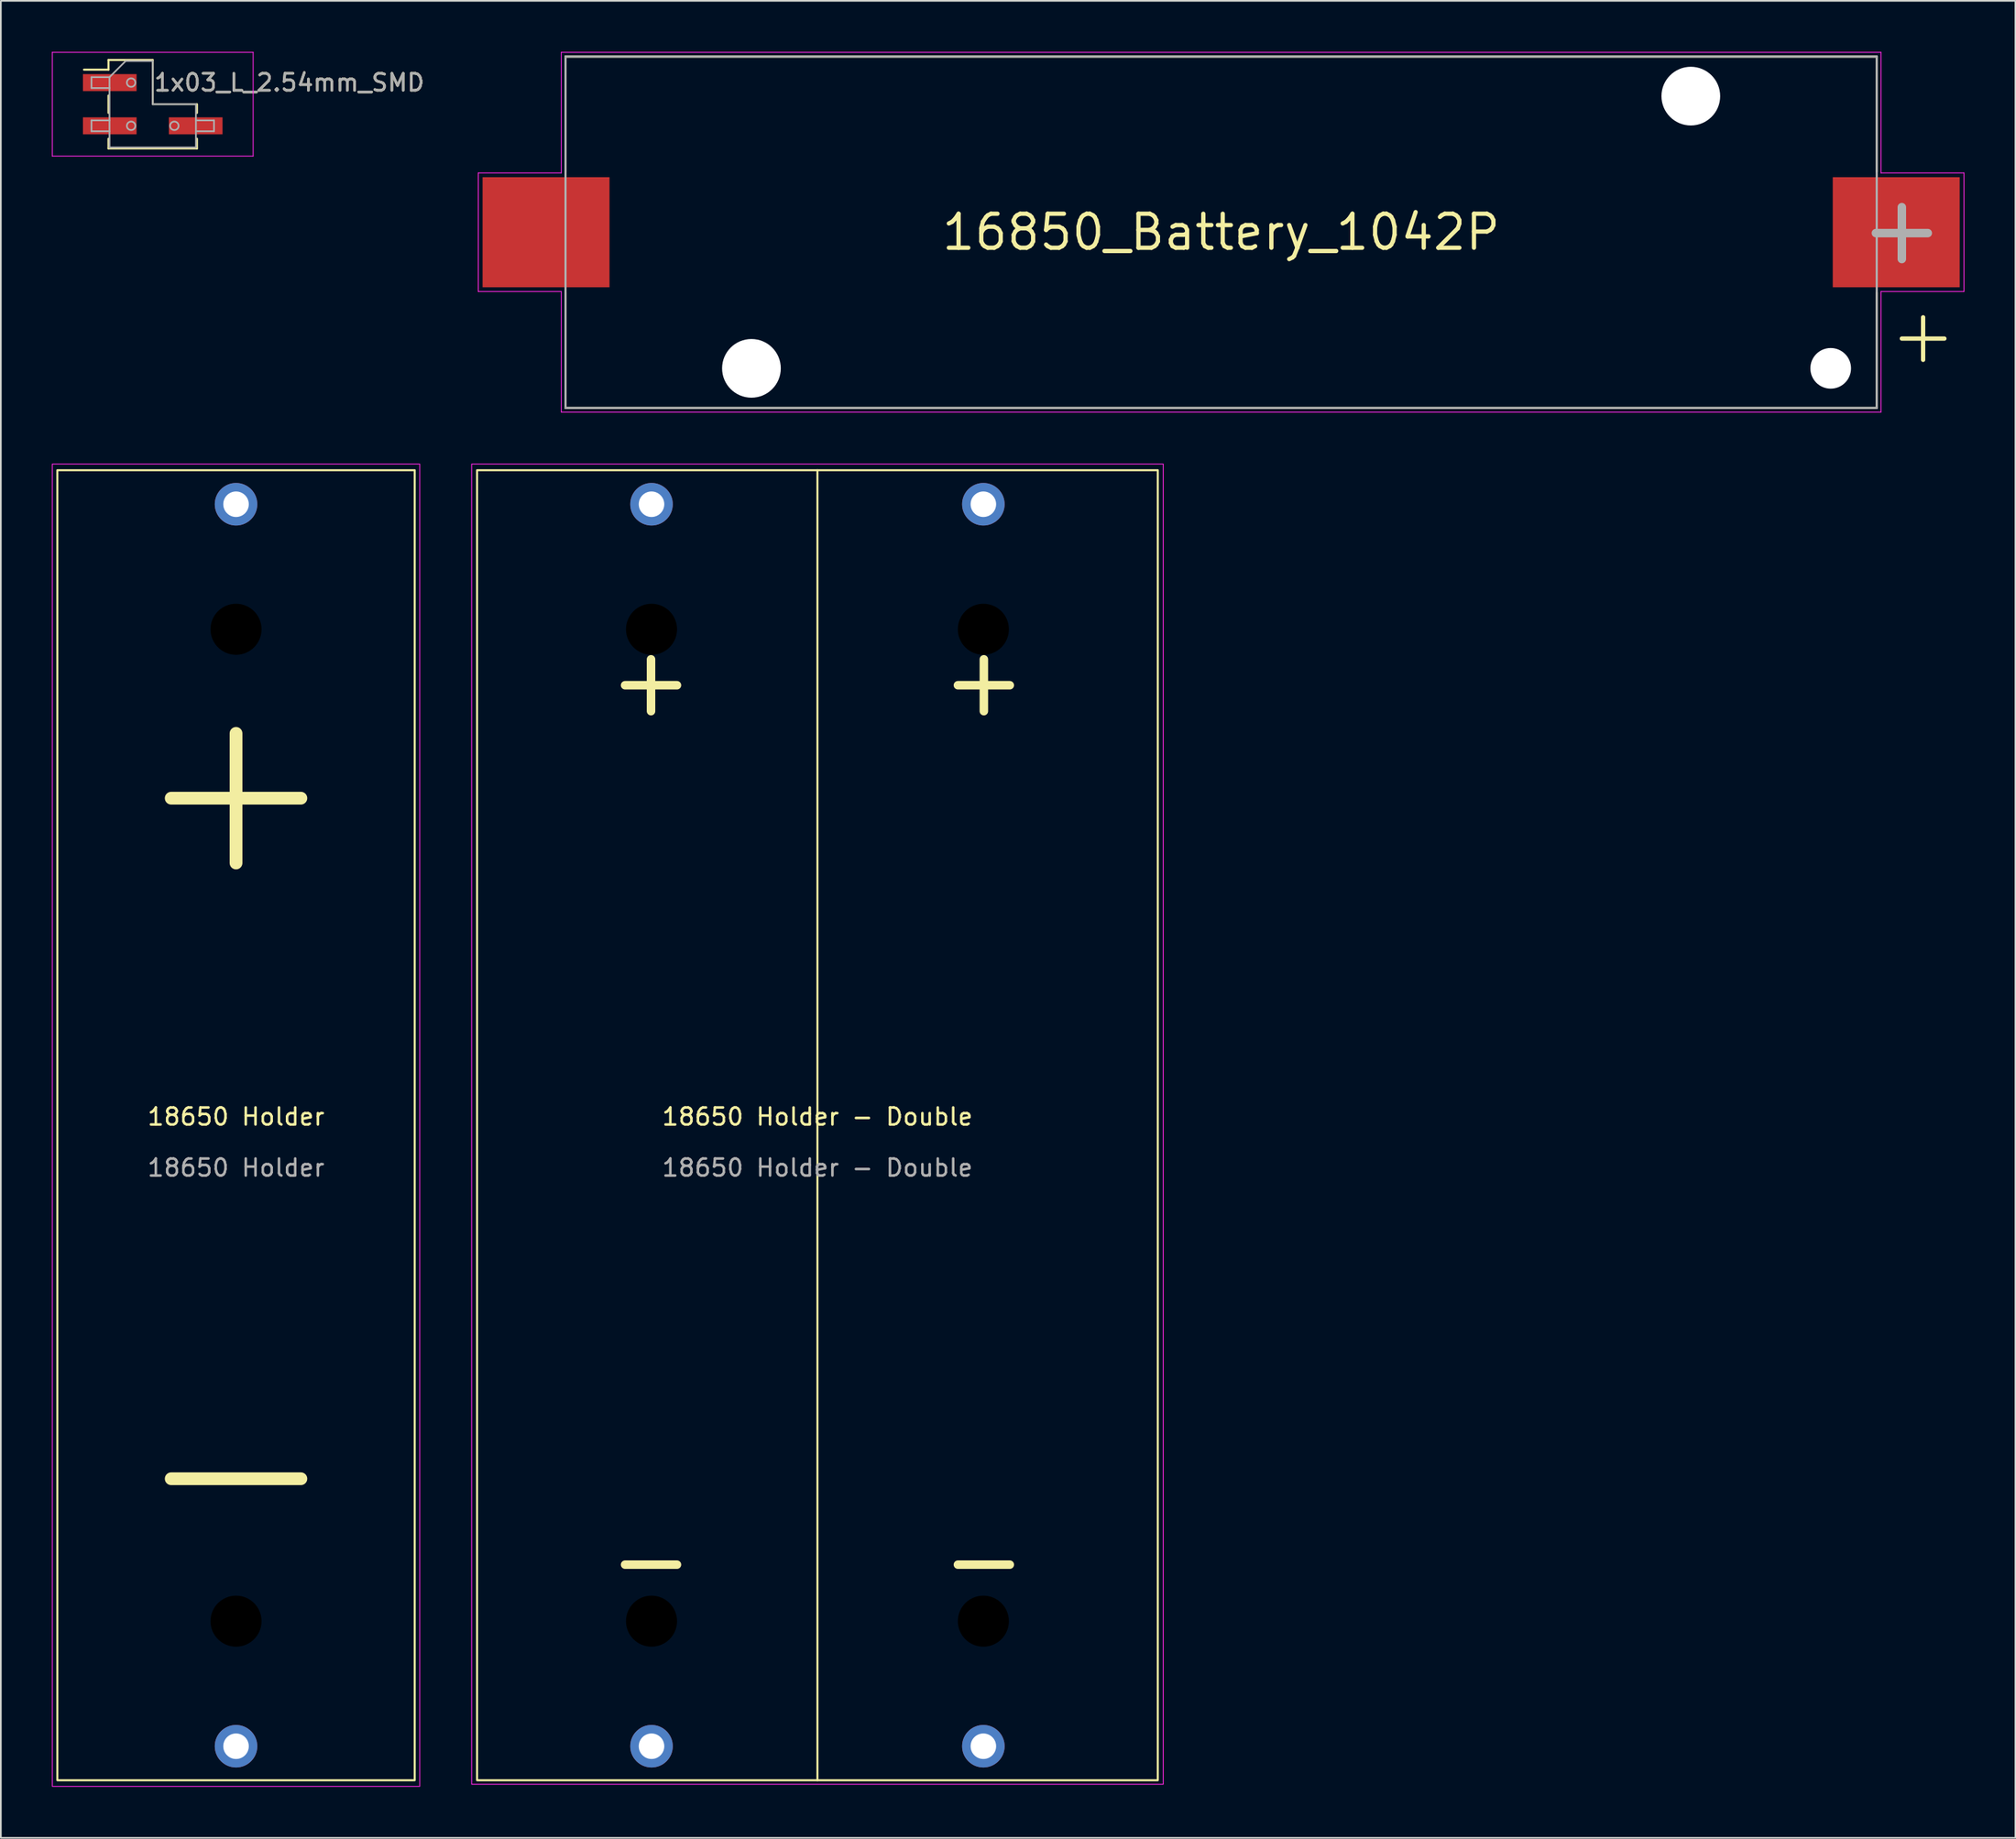
<source format=kicad_pcb>
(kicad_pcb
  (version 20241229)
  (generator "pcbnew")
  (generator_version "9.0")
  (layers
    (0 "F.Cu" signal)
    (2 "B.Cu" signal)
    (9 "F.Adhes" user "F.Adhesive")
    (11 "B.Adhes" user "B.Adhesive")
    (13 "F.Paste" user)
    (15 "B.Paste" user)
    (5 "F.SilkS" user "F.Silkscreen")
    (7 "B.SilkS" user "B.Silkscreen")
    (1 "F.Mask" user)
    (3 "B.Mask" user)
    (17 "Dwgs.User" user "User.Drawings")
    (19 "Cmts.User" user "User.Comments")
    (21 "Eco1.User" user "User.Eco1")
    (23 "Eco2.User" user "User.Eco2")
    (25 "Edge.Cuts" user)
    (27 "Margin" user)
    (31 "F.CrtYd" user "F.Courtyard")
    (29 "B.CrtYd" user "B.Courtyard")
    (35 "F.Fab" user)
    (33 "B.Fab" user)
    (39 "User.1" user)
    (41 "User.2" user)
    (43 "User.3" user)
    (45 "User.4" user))
  (footprint "16850_Battery_1042P"
    (layer "F.Cu")
    (at 68.707 10.6)
    (property "Reference" "16850_Battery_1042P" (at 0 0 0) (layer "F.SilkS") (effects (font (size 2 2) (thickness 0.25))))
    (attr through_hole)
    (fp_line (start -38.525 -10.325) (end 38.525 -10.325) (stroke (width 0.127) (type solid)) (layer "F.SilkS"))
    (fp_line (start -38.525 -3.55) (end -38.525 -10.325) (stroke (width 0.127) (type solid)) (layer "F.SilkS"))
    (fp_line (start -38.525 10.325) (end -38.525 3.55) (stroke (width 0.127) (type solid)) (layer "F.SilkS"))
    (fp_line (start 38.525 -10.325) (end 38.525 -3.55) (stroke (width 0.127) (type solid)) (layer "F.SilkS"))
    (fp_line (start 38.525 3.55) (end 38.525 10.325) (stroke (width 0.127) (type solid)) (layer "F.SilkS"))
    (fp_line (start 38.525 10.325) (end -38.525 10.325) (stroke (width 0.127) (type solid)) (layer "F.SilkS"))
    (fp_line (start 40 6.25) (end 42.5 6.25) (stroke (width 0.254) (type solid)) (layer "F.SilkS"))
    (fp_line (start 41.25 5) (end 41.25 7.5) (stroke (width 0.254) (type solid)) (layer "F.SilkS"))
    (fp_line (start -43.65 -3.485) (end -38.775 -3.485) (stroke (width 0.05) (type solid)) (layer "F.CrtYd"))
    (fp_line (start -43.65 3.485) (end -43.65 -3.485) (stroke (width 0.05) (type solid)) (layer "F.CrtYd"))
    (fp_line (start -38.775 -10.575) (end 38.775 -10.575) (stroke (width 0.05) (type solid)) (layer "F.CrtYd"))
    (fp_line (start -38.775 -3.485) (end -38.775 -10.575) (stroke (width 0.05) (type solid)) (layer "F.CrtYd"))
    (fp_line (start -38.775 3.485) (end -43.65 3.485) (stroke (width 0.05) (type solid)) (layer "F.CrtYd"))
    (fp_line (start -38.775 10.575) (end -38.775 3.485) (stroke (width 0.05) (type solid)) (layer "F.CrtYd"))
    (fp_line (start 38.775 -10.575) (end 38.775 -3.485) (stroke (width 0.05) (type solid)) (layer "F.CrtYd"))
    (fp_line (start 38.775 -3.485) (end 43.65 -3.485) (stroke (width 0.05) (type solid)) (layer "F.CrtYd"))
    (fp_line (start 38.775 3.485) (end 38.775 10.575) (stroke (width 0.05) (type solid)) (layer "F.CrtYd"))
    (fp_line (start 38.775 10.575) (end -38.775 10.575) (stroke (width 0.05) (type solid)) (layer "F.CrtYd"))
    (fp_line (start 43.65 -3.485) (end 43.65 3.485) (stroke (width 0.05) (type solid)) (layer "F.CrtYd"))
    (fp_line (start 43.65 3.485) (end 38.775 3.485) (stroke (width 0.05) (type solid)) (layer "F.CrtYd"))
    (fp_line (start -38.525 -10.325) (end 38.525 -10.325) (stroke (width 0.127) (type solid)) (layer "F.Fab"))
    (fp_line (start -38.525 10.325) (end -38.525 -10.325) (stroke (width 0.127) (type solid)) (layer "F.Fab"))
    (fp_line (start 38.525 -10.325) (end 38.525 10.325) (stroke (width 0.127) (type solid)) (layer "F.Fab"))
    (fp_line (start 38.525 10.325) (end -38.525 10.325) (stroke (width 0.127) (type solid)) (layer "F.Fab"))
    (fp_text user "+" (at 40 -0.25 0) (unlocked yes) (layer "F.Fab") (effects (font (size 4 4) (thickness 0.5) (bold yes))))
    (pad "" np_thru_hole circle (at -27.6 8) (size 3.45 3.45) (drill 3.45) (layers "*.Cu" "*.Mask"))
    (pad "" np_thru_hole circle (at 27.6 -8) (size 3.45 3.45) (drill 3.45) (layers "*.Cu" "*.Mask"))
    (pad "" np_thru_hole circle (at 35.82 8) (size 2.39 2.39) (drill 2.39) (layers "*.Cu" "*.Mask"))
    (pad "1" smd rect (at 39.67 0) (size 7.46 6.47) (layers "F.Cu" "F.Mask" "F.Paste"))
    (pad "2" smd rect (at -39.67 0) (size 7.46 6.47) (layers "F.Cu" "F.Mask" "F.Paste")))
  (footprint "18650 Holder"
    (layer "F.Cu")
    (at 10.82 63.087)
    (property "Reference" "18650 Holder" (at 0 -0.5 0) (unlocked yes) (layer "F.SilkS") (effects (font (size 1 1) (thickness 0.15))))
    (attr through_hole)
    (fp_rect (start -10.5 -38.5) (end 10.5 38.5) (stroke (width 0.12) (type solid)) (fill no) (layer "F.SilkS"))
    (fp_rect (start -10.795 -38.862) (end 10.795 38.862) (stroke (width 0.05) (type solid)) (fill no) (layer "F.CrtYd"))
    (fp_text user "+" (at 0 -20 0) (unlocked yes) (layer "F.SilkS") (effects (font (size 10 10) (thickness 0.75))))
    (fp_text user "-" (at 0 20 0) (unlocked yes) (layer "F.SilkS") (effects (font (size 10 10) (thickness 0.75))))
    (fp_text user "${REFERENCE}" (at 0 2.5 0) (unlocked yes) (layer "F.Fab") (effects (font (size 1 1) (thickness 0.15))))
    (pad "" np_thru_hole circle (at 0 -29.15) (size 3 3) (drill 3) (layers "*.Mask"))
    (pad "" np_thru_hole circle (at 0 29.15) (size 3 3) (drill 3) (layers "*.Mask"))
    (pad "1" thru_hole circle (at 0 -36.5) (size 2.5 2.5) (drill 1.5) (layers "*.Cu" "*.Mask"))
    (pad "2" thru_hole circle (at 0 36.5) (size 2.5 2.5) (drill 1.5) (layers "*.Cu" "*.Mask")))
  (footprint "18650 Holder - Double"
    (layer "F.Cu")
    (at 44.985 63.087)
    (property "Reference" "18650 Holder - Double" (at 0 -0.5 0) (unlocked yes) (layer "F.SilkS") (effects (font (size 1 1) (thickness 0.15))))
    (attr through_hole)
    (fp_line (start 0 -38.5) (end 0 38.5) (stroke (width 0.12) (type solid)) (layer "F.SilkS"))
    (fp_rect (start -20 -38.5) (end 20 38.5) (stroke (width 0.12) (type solid)) (fill no) (layer "F.SilkS"))
    (fp_rect (start -20.32 -38.862) (end 20.32 38.735) (stroke (width 0.05) (type solid)) (fill no) (layer "F.CrtYd"))
    (fp_text user "-" (at -9.779 25.527 0) (unlocked yes) (layer "F.SilkS") (effects (font (size 4 4) (thickness 0.5))))
    (fp_text user "+" (at -9.779 -26.162 0) (unlocked yes) (layer "F.SilkS") (effects (font (size 4 4) (thickness 0.5))))
    (fp_text user "+" (at 9.779 -26.162 0) (unlocked yes) (layer "F.SilkS") (effects (font (size 4 4) (thickness 0.5))))
    (fp_text user "-" (at 9.779 25.527 0) (unlocked yes) (layer "F.SilkS") (effects (font (size 4 4) (thickness 0.5))))
    (fp_text user "${REFERENCE}" (at 0 2.5 0) (unlocked yes) (layer "F.Fab") (effects (font (size 1 1) (thickness 0.15))))
    (pad "" np_thru_hole circle (at -9.75 -29.15) (size 3 3) (drill 3) (layers "*.Mask"))
    (pad "" np_thru_hole circle (at -9.75 29.15) (size 3 3) (drill 3) (layers "*.Mask"))
    (pad "" np_thru_hole circle (at 9.75 -29.15) (size 3 3) (drill 3) (layers "*.Mask"))
    (pad "" np_thru_hole circle (at 9.75 29.15) (size 3 3) (drill 3) (layers "*.Mask"))
    (pad "1" thru_hole circle (at -9.75 -36.5) (size 2.5 2.5) (drill 1.5) (layers "*.Cu" "*.Mask"))
    (pad "2" thru_hole circle (at -9.75 36.5) (size 2.5 2.5) (drill 1.5) (layers "*.Cu" "*.Mask"))
    (pad "3" thru_hole circle (at 9.75 -36.5) (size 2.5 2.5) (drill 1.5) (layers "*.Cu" "*.Mask"))
    (pad "4" thru_hole circle (at 9.75 36.5) (size 2.5 2.5) (drill 1.5) (layers "*.Cu" "*.Mask")))
  (footprint "1x03_L_2.54mm_SMD"
    (layer "F.Cu")
    (at 5.925 3.075)
    (property "Reference" "1x03_L_2.54mm_SMD" (at 0 -1.27 0) (layer "F.SilkS") (effects (font (size 1 1) (thickness 0.15)) (justify left)))
    (attr smd)
    (fp_line (start -4.04 -2.03) (end -2.6 -2.03) (stroke (width 0.12) (type solid)) (layer "F.SilkS"))
    (fp_line (start -2.6 -2.6) (end -2.6 -2.03) (stroke (width 0.12) (type solid)) (layer "F.SilkS"))
    (fp_line (start -2.6 -2.6) (end 0 -2.6) (stroke (width 0.12) (type solid)) (layer "F.SilkS"))
    (fp_line (start -2.6 -0.51) (end -2.6 0.51) (stroke (width 0.12) (type solid)) (layer "F.SilkS"))
    (fp_line (start -2.6 2.03) (end -2.6 2.6) (stroke (width 0.12) (type solid)) (layer "F.SilkS"))
    (fp_line (start -2.6 2.6) (end 2.6 2.6) (stroke (width 0.12) (type solid)) (layer "F.SilkS"))
    (fp_line (start 0 0) (end 0 -2.6) (stroke (width 0.1) (type default)) (layer "F.SilkS"))
    (fp_line (start 2.6 0) (end 0 0) (stroke (width 0.1) (type default)) (layer "F.SilkS"))
    (fp_line (start 2.6 0) (end 2.6 0.51) (stroke (width 0.12) (type solid)) (layer "F.SilkS"))
    (fp_line (start 2.6 2.03) (end 2.6 2.6) (stroke (width 0.12) (type solid)) (layer "F.SilkS"))
    (fp_line (start -5.9 -3.05) (end -5.9 3.05) (stroke (width 0.05) (type solid)) (layer "F.CrtYd"))
    (fp_line (start -5.9 3.05) (end 5.9 3.05) (stroke (width 0.05) (type solid)) (layer "F.CrtYd"))
    (fp_line (start 5.9 -3.05) (end -5.9 -3.05) (stroke (width 0.05) (type solid)) (layer "F.CrtYd"))
    (fp_line (start 5.9 3.05) (end 5.9 -3.05) (stroke (width 0.05) (type solid)) (layer "F.CrtYd"))
    (fp_line (start -3.6 -1.59) (end -3.6 -0.95) (stroke (width 0.1) (type solid)) (layer "F.Fab"))
    (fp_line (start -3.6 -0.95) (end -2.54 -0.95) (stroke (width 0.1) (type solid)) (layer "F.Fab"))
    (fp_line (start -3.6 0.95) (end -3.6 1.59) (stroke (width 0.1) (type solid)) (layer "F.Fab"))
    (fp_line (start -3.6 1.59) (end -2.54 1.59) (stroke (width 0.1) (type solid)) (layer "F.Fab"))
    (fp_line (start -2.54 -1.59) (end -3.6 -1.59) (stroke (width 0.1) (type solid)) (layer "F.Fab"))
    (fp_line (start -2.54 -1.59) (end -1.59 -2.54) (stroke (width 0.1) (type solid)) (layer "F.Fab"))
    (fp_line (start -2.54 0.95) (end -3.6 0.95) (stroke (width 0.1) (type solid)) (layer "F.Fab"))
    (fp_line (start -2.54 2.54) (end -2.54 -1.59) (stroke (width 0.1) (type solid)) (layer "F.Fab"))
    (fp_line (start -1.59 -2.54) (end 0 -2.54) (stroke (width 0.1) (type solid)) (layer "F.Fab"))
    (fp_line (start 0 0) (end 0 -2.54) (stroke (width 0.1) (type default)) (layer "F.Fab"))
    (fp_line (start 2.54 0) (end 0 0) (stroke (width 0.1) (type default)) (layer "F.Fab"))
    (fp_line (start 2.54 0) (end 2.54 2.54) (stroke (width 0.1) (type solid)) (layer "F.Fab"))
    (fp_line (start 2.54 0.95) (end 3.6 0.95) (stroke (width 0.1) (type solid)) (layer "F.Fab"))
    (fp_line (start 2.54 2.54) (end -2.54 2.54) (stroke (width 0.1) (type solid)) (layer "F.Fab"))
    (fp_line (start 3.6 0.95) (end 3.6 1.59) (stroke (width 0.1) (type solid)) (layer "F.Fab"))
    (fp_line (start 3.6 1.59) (end 2.54 1.59) (stroke (width 0.1) (type solid)) (layer "F.Fab"))
    (fp_circle (center -1.27 -1.27) (end -1.02 -1.27) (stroke (width 0.1) (type default)) (fill no) (layer "F.Fab"))
    (fp_circle (center -1.27 1.27) (end -1.02 1.27) (stroke (width 0.1) (type default)) (fill no) (layer "F.Fab"))
    (fp_circle (center 1.27 1.27) (end 1.52 1.27) (stroke (width 0.1) (type default)) (fill no) (layer "F.Fab"))
    (fp_text user "${REFERENCE}" (at 0 -1.27 180) (layer "F.Fab") (effects (font (size 1 1) (thickness 0.15)) (justify left)))
    (pad "1" smd rect (at -2.525 -1.27) (size 3.15 1) (layers "F.Cu" "F.Mask" "F.Paste"))
    (pad "2" smd rect (at -2.525 1.27) (size 3.15 1) (layers "F.Cu" "F.Mask" "F.Paste"))
    (pad "3" smd rect (at 2.525 1.27) (size 3.15 1) (layers "F.Cu" "F.Mask" "F.Paste")))
  (gr_rect
    (start -3 -3)
    (end 115.382 104.974)
    (stroke (width 0.1) (type default))
    (fill no)
    (layer "Edge.Cuts")))
</source>
